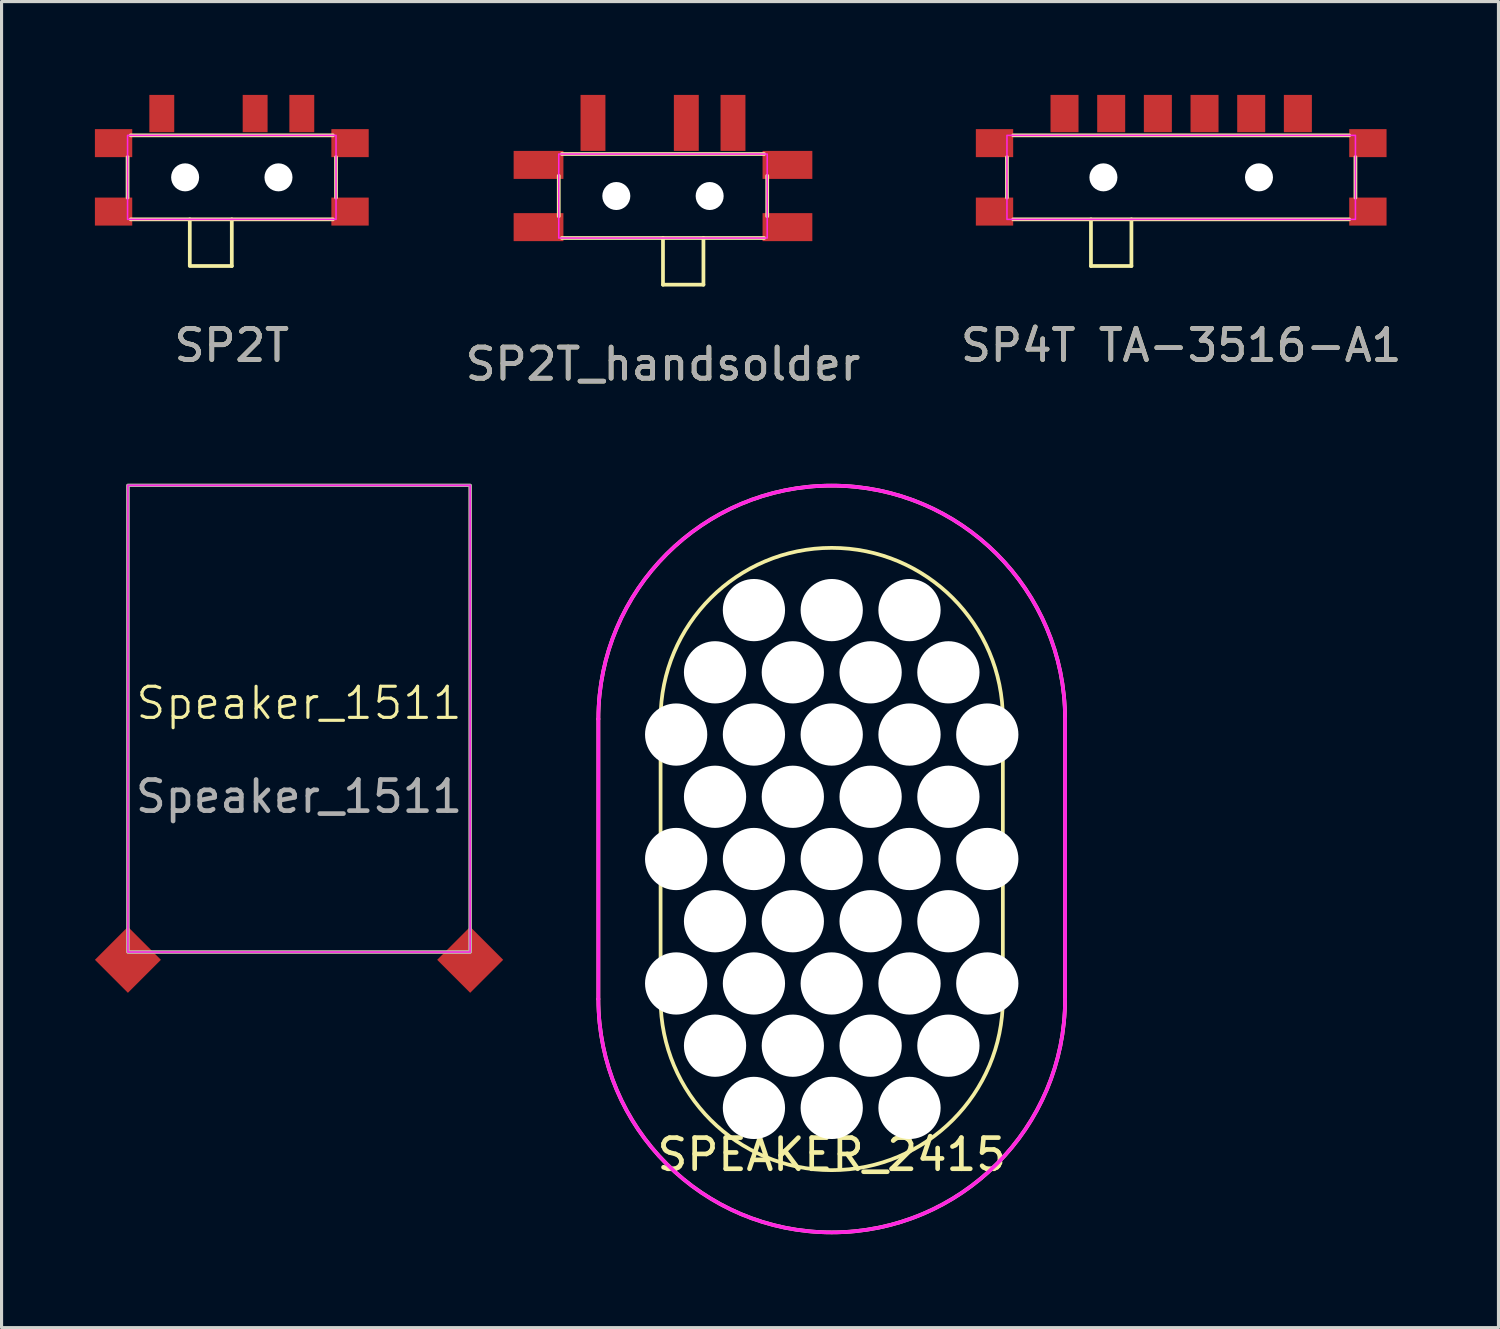
<source format=kicad_pcb>
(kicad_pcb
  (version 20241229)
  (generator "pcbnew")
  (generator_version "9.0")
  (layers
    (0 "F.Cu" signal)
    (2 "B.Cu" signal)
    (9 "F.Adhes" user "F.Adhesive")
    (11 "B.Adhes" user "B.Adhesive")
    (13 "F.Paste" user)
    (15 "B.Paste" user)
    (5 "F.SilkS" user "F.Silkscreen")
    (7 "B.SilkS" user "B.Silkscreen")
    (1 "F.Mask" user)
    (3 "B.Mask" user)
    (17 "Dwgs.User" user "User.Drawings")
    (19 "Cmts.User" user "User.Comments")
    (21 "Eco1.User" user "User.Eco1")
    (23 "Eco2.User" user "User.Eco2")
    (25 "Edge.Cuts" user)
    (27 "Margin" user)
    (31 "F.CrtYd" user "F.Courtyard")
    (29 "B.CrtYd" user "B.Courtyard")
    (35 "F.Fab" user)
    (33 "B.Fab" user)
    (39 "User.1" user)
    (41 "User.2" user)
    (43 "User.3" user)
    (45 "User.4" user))
  (footprint "SPEAKER_2415"
    (layer "F.Cu")
    (at 23.681 24.558)
    (property "Reference" "SPEAKER_2415" (at 0 9.5 0) (layer "F.SilkS") (effects (font (size 1 1) (thickness 0.15))))
    (attr through_hole)
    (fp_line (start -7.5 4.5) (end -7.5 -4.5) (stroke (width 0.12) (type solid)) (layer "F.SilkS"))
    (fp_line (start -5.5 4.5) (end -5.5 -4.5) (stroke (width 0.12) (type solid)) (layer "F.SilkS"))
    (fp_line (start 5.5 4.5) (end 5.5 -4.5) (stroke (width 0.12) (type solid)) (layer "F.SilkS"))
    (fp_line (start 7.5 4.5) (end 7.5 -4.5) (stroke (width 0.12) (type solid)) (layer "F.SilkS"))
    (fp_arc (start -7.5 -4.5) (mid 0 -12) (end 7.5 -4.5) (stroke (width 0.12) (type solid)) (layer "F.SilkS"))
    (fp_arc (start -5.5 -4.5) (mid 0 -10) (end 5.5 -4.5) (stroke (width 0.12) (type solid)) (layer "F.SilkS"))
    (fp_arc (start 5.5 4.5) (mid 0 10) (end -5.5 4.5) (stroke (width 0.12) (type solid)) (layer "F.SilkS"))
    (fp_arc (start 7.5 4.5) (mid 0 12) (end -7.5 4.5) (stroke (width 0.12) (type solid)) (layer "F.SilkS"))
    (fp_line (start -7.5 4.5) (end -7.5 -4.5) (stroke (width 0.12) (type solid)) (layer "F.CrtYd"))
    (fp_line (start 7.5 4.5) (end 7.5 -4.5) (stroke (width 0.12) (type solid)) (layer "F.CrtYd"))
    (fp_arc (start -7.5 -4.5) (mid 0 -12) (end 7.5 -4.5) (stroke (width 0.12) (type solid)) (layer "F.CrtYd"))
    (fp_arc (start 7.5 4.5) (mid 0 12) (end -7.5 4.5) (stroke (width 0.12) (type solid)) (layer "F.CrtYd"))
    (pad "" np_thru_hole circle (at -5 -4) (size 2 2) (drill 2) (layers "*.Cu" "*.Mask"))
    (pad "" np_thru_hole circle (at -5 0) (size 2 2) (drill 2) (layers "*.Cu" "*.Mask"))
    (pad "" np_thru_hole circle (at -5 4) (size 2 2) (drill 2) (layers "*.Cu" "*.Mask"))
    (pad "" np_thru_hole circle (at -3.75 -6) (size 2 2) (drill 2) (layers "*.Cu" "*.Mask"))
    (pad "" np_thru_hole circle (at -3.75 -2) (size 2 2) (drill 2) (layers "*.Cu" "*.Mask"))
    (pad "" np_thru_hole circle (at -3.75 2) (size 2 2) (drill 2) (layers "*.Cu" "*.Mask"))
    (pad "" np_thru_hole circle (at -3.75 6) (size 2 2) (drill 2) (layers "*.Cu" "*.Mask"))
    (pad "" np_thru_hole circle (at -2.5 -8) (size 2 2) (drill 2) (layers "*.Cu" "*.Mask"))
    (pad "" np_thru_hole circle (at -2.5 -4) (size 2 2) (drill 2) (layers "*.Cu" "*.Mask"))
    (pad "" np_thru_hole circle (at -2.5 0) (size 2 2) (drill 2) (layers "*.Cu" "*.Mask"))
    (pad "" np_thru_hole circle (at -2.5 4) (size 2 2) (drill 2) (layers "*.Cu" "*.Mask"))
    (pad "" np_thru_hole circle (at -2.5 8) (size 2 2) (drill 2) (layers "*.Cu" "*.Mask"))
    (pad "" np_thru_hole circle (at -1.25 -6) (size 2 2) (drill 2) (layers "*.Cu" "*.Mask"))
    (pad "" np_thru_hole circle (at -1.25 -2) (size 2 2) (drill 2) (layers "*.Cu" "*.Mask"))
    (pad "" np_thru_hole circle (at -1.25 2) (size 2 2) (drill 2) (layers "*.Cu" "*.Mask"))
    (pad "" np_thru_hole circle (at -1.25 6) (size 2 2) (drill 2) (layers "*.Cu" "*.Mask"))
    (pad "" np_thru_hole circle (at 0 -8) (size 2 2) (drill 2) (layers "*.Cu" "*.Mask"))
    (pad "" np_thru_hole circle (at 0 -4) (size 2 2) (drill 2) (layers "*.Cu" "*.Mask"))
    (pad "" np_thru_hole circle (at 0 0) (size 2 2) (drill 2) (layers "*.Cu" "*.Mask"))
    (pad "" np_thru_hole circle (at 0 4) (size 2 2) (drill 2) (layers "*.Cu" "*.Mask"))
    (pad "" np_thru_hole circle (at 0 8) (size 2 2) (drill 2) (layers "*.Cu" "*.Mask"))
    (pad "" np_thru_hole circle (at 1.25 -6) (size 2 2) (drill 2) (layers "*.Cu" "*.Mask"))
    (pad "" np_thru_hole circle (at 1.25 -2) (size 2 2) (drill 2) (layers "*.Cu" "*.Mask"))
    (pad "" np_thru_hole circle (at 1.25 2) (size 2 2) (drill 2) (layers "*.Cu" "*.Mask"))
    (pad "" np_thru_hole circle (at 1.25 6) (size 2 2) (drill 2) (layers "*.Cu" "*.Mask"))
    (pad "" np_thru_hole circle (at 2.5 -8) (size 2 2) (drill 2) (layers "*.Cu" "*.Mask"))
    (pad "" np_thru_hole circle (at 2.5 -4) (size 2 2) (drill 2) (layers "*.Cu" "*.Mask"))
    (pad "" np_thru_hole circle (at 2.5 0) (size 2 2) (drill 2) (layers "*.Cu" "*.Mask"))
    (pad "" np_thru_hole circle (at 2.5 4) (size 2 2) (drill 2) (layers "*.Cu" "*.Mask"))
    (pad "" np_thru_hole circle (at 2.5 8) (size 2 2) (drill 2) (layers "*.Cu" "*.Mask"))
    (pad "" np_thru_hole circle (at 3.75 -6) (size 2 2) (drill 2) (layers "*.Cu" "*.Mask"))
    (pad "" np_thru_hole circle (at 3.75 -2) (size 2 2) (drill 2) (layers "*.Cu" "*.Mask"))
    (pad "" np_thru_hole circle (at 3.75 2) (size 2 2) (drill 2) (layers "*.Cu" "*.Mask"))
    (pad "" np_thru_hole circle (at 3.75 6) (size 2 2) (drill 2) (layers "*.Cu" "*.Mask"))
    (pad "" np_thru_hole circle (at 5 -4) (size 2 2) (drill 2) (layers "*.Cu" "*.Mask"))
    (pad "" np_thru_hole circle (at 5 0) (size 2 2) (drill 2) (layers "*.Cu" "*.Mask"))
    (pad "" np_thru_hole circle (at 5 4) (size 2 2) (drill 2) (layers "*.Cu" "*.Mask")))
  (footprint "SP2T_handsolder"
    (layer "F.Cu")
    (at 18.258 3.25)
    (property "Reference" "SP2T_handsolder" (at 0 5.4 0) (unlocked yes) (layer "F.SilkS") (effects (font (size 1 1) (thickness 0.15))))
    (attr smd)
    (fp_line (start -3.35 0.65) (end -3.35 -0.65) (stroke (width 0.12) (type solid)) (layer "F.SilkS"))
    (fp_line (start -3.25 -1.35) (end 3.25 -1.35) (stroke (width 0.12) (type solid)) (layer "F.SilkS"))
    (fp_line (start 0 2.85) (end 0 1.35) (stroke (width 0.12) (type solid)) (layer "F.SilkS"))
    (fp_line (start 0 2.85) (end 1.3 2.85) (stroke (width 0.12) (type solid)) (layer "F.SilkS"))
    (fp_line (start 1.3 1.35) (end 1.3 2.85) (stroke (width 0.12) (type solid)) (layer "F.SilkS"))
    (fp_line (start 3.25 1.35) (end -3.25 1.35) (stroke (width 0.12) (type solid)) (layer "F.SilkS"))
    (fp_line (start 3.35 -0.65) (end 3.35 0.65) (stroke (width 0.12) (type solid)) (layer "F.SilkS"))
    (fp_rect (start -3.35 -1.35) (end 3.35 1.35) (stroke (width 0.05) (type solid)) (fill no) (layer "F.CrtYd"))
    (fp_text user "${REFERENCE}" (at 0 5.4 0) (unlocked yes) (layer "F.Fab") (effects (font (size 1 1) (thickness 0.15))))
    (pad "" np_thru_hole circle (at -1.5 0) (size 0.9 0.9) (drill 0.9) (layers "*.Cu" "*.Mask"))
    (pad "" np_thru_hole circle (at 1.5 0) (size 0.9 0.9) (drill 0.9) (layers "*.Cu" "*.Mask"))
    (pad "1" smd rect (at -2.25 -2.35) (size 0.8 1.8) (layers "F.Cu" "F.Mask" "F.Paste"))
    (pad "2" smd rect (at 0.75 -2.35) (size 0.8 1.8) (layers "F.Cu" "F.Mask" "F.Paste"))
    (pad "3" smd rect (at 2.25 -2.35) (size 0.8 1.8) (layers "F.Cu" "F.Mask" "F.Paste"))
    (pad "SH" smd rect (at -4 -1 90) (size 0.9 1.6) (layers "F.Cu" "F.Mask" "F.Paste"))
    (pad "SH" smd rect (at -4 1 90) (size 0.9 1.6) (layers "F.Cu" "F.Mask" "F.Paste"))
    (pad "SH" smd rect (at 4 -1 90) (size 0.9 1.6) (layers "F.Cu" "F.Mask" "F.Paste"))
    (pad "SH" smd rect (at 4 1 90) (size 0.9 1.6) (layers "F.Cu" "F.Mask" "F.Paste")))
  (footprint "SP2T"
    (layer "F.Cu")
    (at 4.4 2.65)
    (property "Reference" "SP2T" (at 0 5.4 0) (unlocked yes) (layer "F.SilkS") (effects (font (size 1 1) (thickness 0.15))))
    (attr smd)
    (fp_line (start -3.35 0.65) (end -3.35 -0.65) (stroke (width 0.12) (type solid)) (layer "F.SilkS"))
    (fp_line (start -3.25 -1.35) (end 3.25 -1.35) (stroke (width 0.12) (type solid)) (layer "F.SilkS"))
    (fp_line (start -1.35 1.35) (end -1.35 2.85) (stroke (width 0.12) (type solid)) (layer "F.SilkS"))
    (fp_line (start -1.3 2.85) (end 0 2.85) (stroke (width 0.12) (type solid)) (layer "F.SilkS"))
    (fp_line (start 0 2.85) (end 0 1.35) (stroke (width 0.12) (type solid)) (layer "F.SilkS"))
    (fp_line (start 3.25 1.35) (end -3.25 1.35) (stroke (width 0.12) (type solid)) (layer "F.SilkS"))
    (fp_line (start 3.35 -0.65) (end 3.35 0.65) (stroke (width 0.12) (type solid)) (layer "F.SilkS"))
    (fp_rect (start -3.35 -1.35) (end 3.35 1.35) (stroke (width 0.05) (type solid)) (fill no) (layer "F.CrtYd"))
    (fp_text user "${REFERENCE}" (at 0 5.4 0) (unlocked yes) (layer "F.Fab") (effects (font (size 1 1) (thickness 0.15))))
    (pad "" np_thru_hole circle (at -1.5 0) (size 0.9 0.9) (drill 0.9) (layers "*.Cu" "*.Mask"))
    (pad "" np_thru_hole circle (at 1.5 0) (size 0.9 0.9) (drill 0.9) (layers "*.Cu" "*.Mask"))
    (pad "1" smd rect (at -2.25 -2.05) (size 0.8 1.2) (layers "F.Cu" "F.Mask" "F.Paste"))
    (pad "2" smd rect (at 0.75 -2.05) (size 0.8 1.2) (layers "F.Cu" "F.Mask" "F.Paste"))
    (pad "3" smd rect (at 2.25 -2.05) (size 0.8 1.2) (layers "F.Cu" "F.Mask" "F.Paste"))
    (pad "SH" smd rect (at -3.8 -1.1 90) (size 0.9 1.2) (layers "F.Cu" "F.Mask" "F.Paste"))
    (pad "SH" smd rect (at -3.8 1.1 90) (size 0.9 1.2) (layers "F.Cu" "F.Mask" "F.Paste"))
    (pad "SH" smd rect (at 3.8 -1.1 90) (size 0.9 1.2) (layers "F.Cu" "F.Mask" "F.Paste"))
    (pad "SH" smd rect (at 3.8 1.1 90) (size 0.9 1.2) (layers "F.Cu" "F.Mask" "F.Paste")))
  (footprint "Speaker_1511"
    (layer "F.Cu")
    (at 6.561 20.048)
    (property "Reference" "Speaker_1511" (at 0 -0.5 0) (unlocked yes) (layer "F.SilkS") (effects (font (size 1 1) (thickness 0.1))))
    (attr smd)
    (fp_rect (start -5.5 -7.5) (end 5.5 7.5) (stroke (width 0.1) (type default)) (fill no) (layer "F.SilkS"))
    (fp_rect (start -5.5 -7.5) (end 5.5 7.5) (stroke (width 0.05) (type default)) (fill no) (layer "F.CrtYd"))
    (fp_rect (start -5.5 -7.5) (end 5.5 7.5) (stroke (width 0.1) (type default)) (fill no) (layer "F.Fab"))
    (fp_text user "${REFERENCE}" (at 0 2.5 0) (unlocked yes) (layer "F.Fab") (effects (font (size 1 1) (thickness 0.15))))
    (pad "1" smd rect (at 5.5 7.75 45) (size 1.5 1.5) (layers "F.Cu" "F.Mask" "F.Paste"))
    (pad "2" smd rect (at -5.5 7.75 45) (size 1.5 1.5) (layers "F.Cu" "F.Mask" "F.Paste")))
  (footprint "SP4T TA-3516-A1"
    (layer "F.Cu")
    (at 34.913 2.65)
    (property "Reference" "SP4T TA-3516-A1" (at 0 5.4 0) (unlocked yes) (layer "F.SilkS") (effects (font (size 1 1) (thickness 0.15))))
    (attr smd)
    (fp_line (start -5.6 0.65) (end -5.6 -0.65) (stroke (width 0.12) (type solid)) (layer "F.SilkS"))
    (fp_line (start -5.4 -1.35) (end 5.4 -1.35) (stroke (width 0.12) (type solid)) (layer "F.SilkS"))
    (fp_line (start -2.9 1.35) (end -2.9 2.85) (stroke (width 0.12) (type solid)) (layer "F.SilkS"))
    (fp_line (start -2.9 2.85) (end -1.6 2.85) (stroke (width 0.12) (type solid)) (layer "F.SilkS"))
    (fp_line (start -1.6 2.85) (end -1.6 1.35) (stroke (width 0.12) (type solid)) (layer "F.SilkS"))
    (fp_line (start 5.4 1.35) (end -5.4 1.35) (stroke (width 0.12) (type solid)) (layer "F.SilkS"))
    (fp_line (start 5.6 -0.65) (end 5.6 0.65) (stroke (width 0.12) (type solid)) (layer "F.SilkS"))
    (fp_rect (start -5.6 -1.35) (end 5.6 1.35) (stroke (width 0.05) (type solid)) (fill no) (layer "F.CrtYd"))
    (fp_text user "${REFERENCE}" (at 0 5.4 0) (unlocked yes) (layer "F.Fab") (effects (font (size 1 1) (thickness 0.15))))
    (pad "" np_thru_hole circle (at -2.5 0) (size 0.9 0.9) (drill 0.9) (layers "*.Cu" "*.Mask"))
    (pad "" np_thru_hole circle (at 2.5 0) (size 0.9 0.9) (drill 0.9) (layers "*.Cu" "*.Mask"))
    (pad "1" smd rect (at -3.75 -2.05) (size 0.9 1.2) (layers "F.Cu" "F.Mask" "F.Paste"))
    (pad "2" smd rect (at -2.25 -2.05) (size 0.9 1.2) (layers "F.Cu" "F.Mask" "F.Paste"))
    (pad "3" smd rect (at -0.75 -2.05) (size 0.9 1.2) (layers "F.Cu" "F.Mask" "F.Paste"))
    (pad "4" smd rect (at 0.75 -2.05) (size 0.9 1.2) (layers "F.Cu" "F.Mask" "F.Paste"))
    (pad "5" smd rect (at 2.25 -2.05) (size 0.9 1.2) (layers "F.Cu" "F.Mask" "F.Paste"))
    (pad "6" smd rect (at 3.75 -2.05) (size 0.9 1.2) (layers "F.Cu" "F.Mask" "F.Paste"))
    (pad "SH" smd rect (at -6 -1.1 90) (size 0.9 1.2) (layers "F.Cu" "F.Mask" "F.Paste"))
    (pad "SH" smd rect (at -6 1.1 90) (size 0.9 1.2) (layers "F.Cu" "F.Mask" "F.Paste"))
    (pad "SH" smd rect (at 6 -1.1 90) (size 0.9 1.2) (layers "F.Cu" "F.Mask" "F.Paste"))
    (pad "SH" smd rect (at 6 1.1 90) (size 0.9 1.2) (layers "F.Cu" "F.Mask" "F.Paste")))
  (gr_rect
    (start -3 -3)
    (end 45.11 39.618)
    (stroke (width 0.1) (type default))
    (fill no)
    (layer "Edge.Cuts")))
</source>
